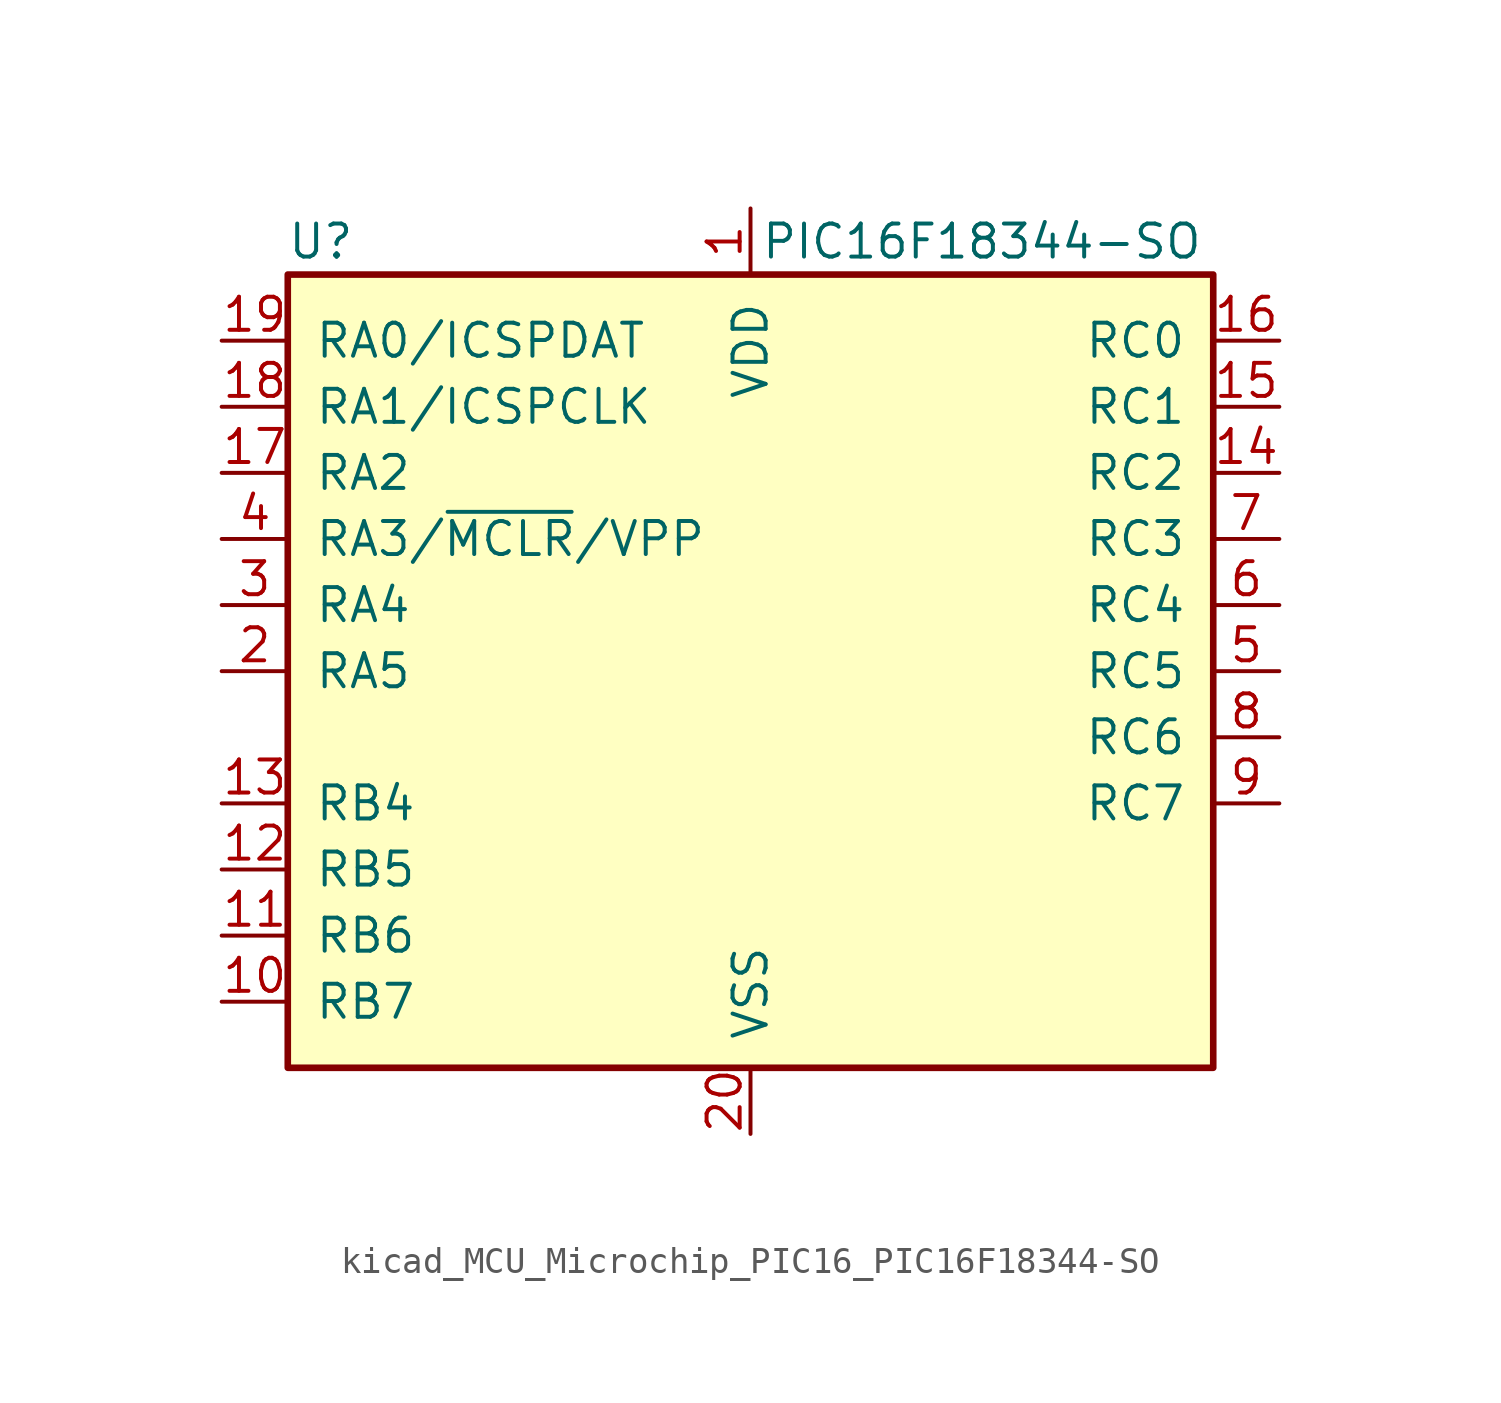
<source format=kicad_sym>
(kicad_symbol_lib
  (version 20220914)
  (generator kicad_symbol_editor)
  (symbol "kicad_MCU_Microchip_PIC16_PIC16F18344-SO"
    (pin_names
      (offset 1.016))
    (property "Reference" "U"
      (at -16.51 16.51 0)
      (effects (font (size 1.27 1.27))))
    (property "Value" "PIC16F18344-SO"
      (at 8.89 16.51 0)
      (effects (font (size 1.27 1.27))))
    (symbol "kicad_MCU_Microchip_PIC16_PIC16F18344-SO_0_1"
      (rectangle (start -17.78 15.24) (end 17.78 -15.24) (stroke (width 0.254) (type default)) (fill (type background))))
    (symbol "kicad_MCU_Microchip_PIC16_PIC16F18344-SO_1_1"
      (pin power_in line (at 0 17.78 270) (length 2.54) (name "VDD" (effects (font (size 1.27 1.27)))) (number "1" (effects (font (size 1.27 1.27)))))
      (pin bidirectional line (at -20.32 -12.7 0) (length 2.54) (name "RB7" (effects (font (size 1.27 1.27)))) (number "10" (effects (font (size 1.27 1.27)))))
      (pin bidirectional line (at -20.32 -10.16 0) (length 2.54) (name "RB6" (effects (font (size 1.27 1.27)))) (number "11" (effects (font (size 1.27 1.27)))))
      (pin bidirectional line (at -20.32 -7.62 0) (length 2.54) (name "RB5" (effects (font (size 1.27 1.27)))) (number "12" (effects (font (size 1.27 1.27)))))
      (pin bidirectional line (at -20.32 -5.08 0) (length 2.54) (name "RB4" (effects (font (size 1.27 1.27)))) (number "13" (effects (font (size 1.27 1.27)))))
      (pin bidirectional line (at 20.32 7.62 180) (length 2.54) (name "RC2" (effects (font (size 1.27 1.27)))) (number "14" (effects (font (size 1.27 1.27)))))
      (pin bidirectional line (at 20.32 10.16 180) (length 2.54) (name "RC1" (effects (font (size 1.27 1.27)))) (number "15" (effects (font (size 1.27 1.27)))))
      (pin bidirectional line (at 20.32 12.7 180) (length 2.54) (name "RC0" (effects (font (size 1.27 1.27)))) (number "16" (effects (font (size 1.27 1.27)))))
      (pin bidirectional line (at -20.32 7.62 0) (length 2.54) (name "RA2" (effects (font (size 1.27 1.27)))) (number "17" (effects (font (size 1.27 1.27)))))
      (pin bidirectional line (at -20.32 10.16 0) (length 2.54) (name "RA1/ICSPCLK" (effects (font (size 1.27 1.27)))) (number "18" (effects (font (size 1.27 1.27)))))
      (pin bidirectional line (at -20.32 12.7 0) (length 2.54) (name "RA0/ICSPDAT" (effects (font (size 1.27 1.27)))) (number "19" (effects (font (size 1.27 1.27)))))
      (pin bidirectional line (at -20.32 0 0) (length 2.54) (name "RA5" (effects (font (size 1.27 1.27)))) (number "2" (effects (font (size 1.27 1.27)))))
      (pin power_in line (at 0 -17.78 90) (length 2.54) (name "VSS" (effects (font (size 1.27 1.27)))) (number "20" (effects (font (size 1.27 1.27)))))
      (pin bidirectional line (at -20.32 2.54 0) (length 2.54) (name "RA4" (effects (font (size 1.27 1.27)))) (number "3" (effects (font (size 1.27 1.27)))))
      (pin bidirectional line (at -20.32 5.08 0) (length 2.54) (name "RA3/~{MCLR}/VPP" (effects (font (size 1.27 1.27)))) (number "4" (effects (font (size 1.27 1.27)))))
      (pin bidirectional line (at 20.32 0 180) (length 2.54) (name "RC5" (effects (font (size 1.27 1.27)))) (number "5" (effects (font (size 1.27 1.27)))))
      (pin bidirectional line (at 20.32 2.54 180) (length 2.54) (name "RC4" (effects (font (size 1.27 1.27)))) (number "6" (effects (font (size 1.27 1.27)))))
      (pin bidirectional line (at 20.32 5.08 180) (length 2.54) (name "RC3" (effects (font (size 1.27 1.27)))) (number "7" (effects (font (size 1.27 1.27)))))
      (pin bidirectional line (at 20.32 -2.54 180) (length 2.54) (name "RC6" (effects (font (size 1.27 1.27)))) (number "8" (effects (font (size 1.27 1.27)))))
      (pin bidirectional line (at 20.32 -5.08 180) (length 2.54) (name "RC7" (effects (font (size 1.27 1.27)))) (number "9" (effects (font (size 1.27 1.27))))))))
</source>
